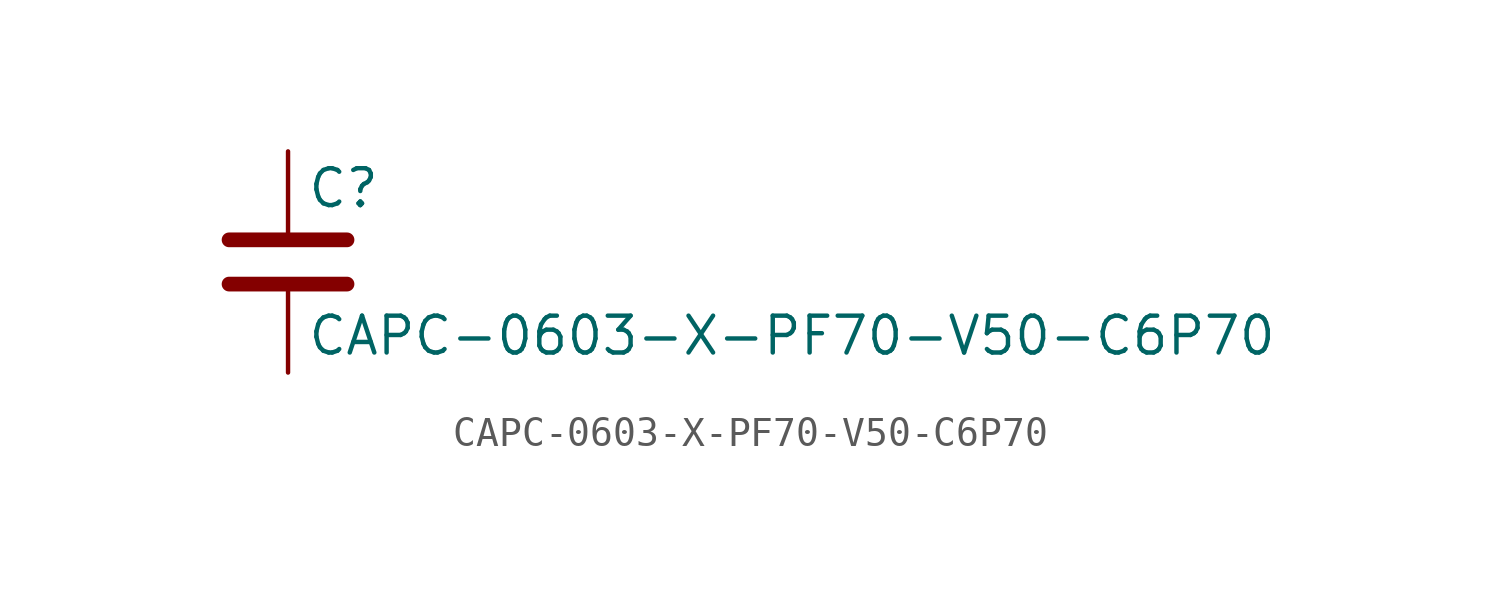
<source format=kicad_sym>
(kicad_symbol_lib
  (version 20211014)
  (generator kicad_symbol_editor)
  (symbol "CAPC-0603-X-PF70-V50-C6P70"
    (pin_numbers hide)
    (pin_names
      (offset 0.254))
    (property "Reference" "C"
      (at 0.635 2.54 0)
      (effects (font (size 1.27 1.27)) (justify left)))
    (property "Value" "CAPC-0603-X-PF70-V50-C6P70"
      (at 0.635 -2.54 0)
      (effects (font (size 1.27 1.27)) (justify left)))
    (symbol "CAPC-0603-X-PF70-V50-C6P70_0_1"
      (polyline (pts (xy -2.032 -0.762) (xy 2.032 -0.762)) (stroke (width 0.508) (type default) (color 0 0 0 0)) (fill (type none)))
      (polyline (pts (xy -2.032 0.762) (xy 2.032 0.762)) (stroke (width 0.508) (type default) (color 0 0 0 0)) (fill (type none))))
    (symbol "CAPC-0603-X-PF70-V50-C6P70_1_1"
      (pin passive line (at 0 3.81 270) (length 2.794) (name "~" (effects (font (size 1.27 1.27)))) (number "1" (effects (font (size 1.27 1.27)))))
      (pin passive line (at 0 -3.81 90) (length 2.794) (name "~" (effects (font (size 1.27 1.27)))) (number "2" (effects (font (size 1.27 1.27))))))))
</source>
